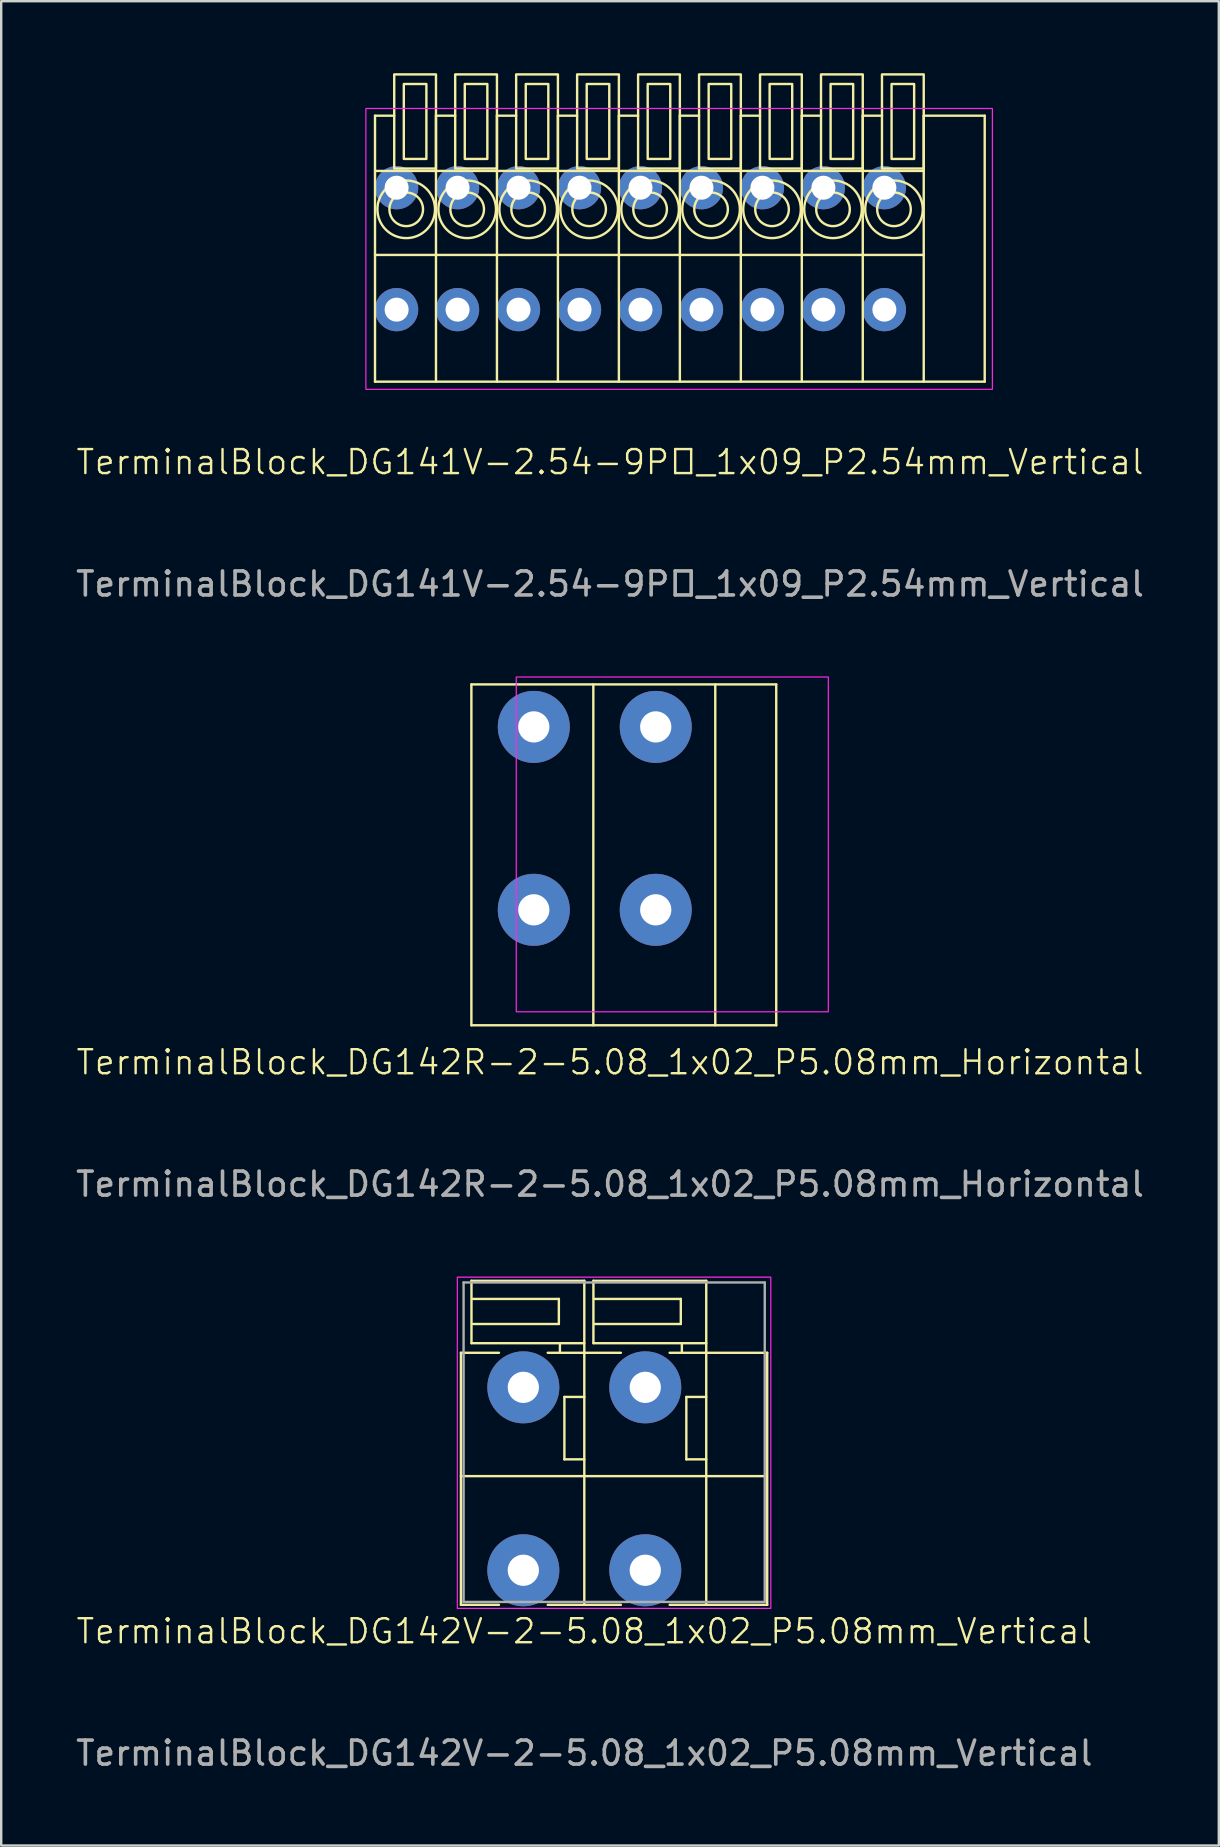
<source format=kicad_pcb>
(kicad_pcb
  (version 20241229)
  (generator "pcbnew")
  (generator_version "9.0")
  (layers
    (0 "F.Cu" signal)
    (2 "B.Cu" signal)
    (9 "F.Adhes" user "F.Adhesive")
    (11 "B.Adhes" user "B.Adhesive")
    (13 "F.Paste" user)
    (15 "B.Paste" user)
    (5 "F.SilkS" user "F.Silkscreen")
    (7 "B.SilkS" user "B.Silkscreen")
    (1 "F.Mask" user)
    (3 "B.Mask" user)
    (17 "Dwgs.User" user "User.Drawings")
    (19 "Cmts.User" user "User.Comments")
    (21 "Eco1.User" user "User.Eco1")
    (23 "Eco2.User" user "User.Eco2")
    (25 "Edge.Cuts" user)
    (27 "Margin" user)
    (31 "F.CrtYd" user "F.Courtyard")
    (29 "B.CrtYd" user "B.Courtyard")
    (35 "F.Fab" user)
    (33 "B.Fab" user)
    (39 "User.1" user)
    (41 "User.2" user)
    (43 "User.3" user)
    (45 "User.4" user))
  (footprint "TerminalBlock_DG142V-2-5.08_1x02_P5.08mm_Vertical"
    (layer "F.Cu")
    (at 18.752 62.367)
    (property "Reference" "TerminalBlock_DG142V-2-5.08_1x02_P5.08mm_Vertical" (at 2.54 2.54 0) (unlocked yes) (layer "F.SilkS") (effects (font (size 1 1) (thickness 0.1))))
    (attr through_hole)
    (fp_line (start -2.6 1.44) (end -2.6 -9.06) (stroke (width 0.1) (type default)) (layer "F.SilkS"))
    (fp_line (start -2.16 -12.06) (end 2.54 -12.06) (stroke (width 0.1) (type default)) (layer "F.SilkS"))
    (fp_line (start -2.16 -9.46) (end -2.16 -12.06) (stroke (width 0.1) (type default)) (layer "F.SilkS"))
    (fp_line (start -2.1 -10.26) (end 1.48 -10.26) (stroke (width 0.1) (type default)) (layer "F.SilkS"))
    (fp_line (start -1.016 -9.06) (end -2.6 -9.06) (stroke (width 0.1) (type default)) (layer "F.SilkS"))
    (fp_line (start -1.016 1.44) (end -2.6 1.44) (stroke (width 0.1) (type default)) (layer "F.SilkS"))
    (fp_line (start 1.48 -11.303) (end -2.1 -11.303) (stroke (width 0.1) (type default)) (layer "F.SilkS"))
    (fp_line (start 1.48 -10.26) (end 1.48 -11.303) (stroke (width 0.1) (type default)) (layer "F.SilkS"))
    (fp_line (start 1.524 -9.46) (end 1.524 -9.06) (stroke (width 0.1) (type default)) (layer "F.SilkS"))
    (fp_line (start 1.711 -7.22) (end 2.54 -7.22) (stroke (width 0.1) (type default)) (layer "F.SilkS"))
    (fp_line (start 1.711 -4.62) (end 1.711 -7.22) (stroke (width 0.1) (type default)) (layer "F.SilkS"))
    (fp_line (start 2.54 -12.06) (end 2.54 -9.06) (stroke (width 0.1) (type default)) (layer "F.SilkS"))
    (fp_line (start 2.54 -9.46) (end -2.16 -9.46) (stroke (width 0.1) (type default)) (layer "F.SilkS"))
    (fp_line (start 2.54 -4.62) (end 1.711 -4.62) (stroke (width 0.1) (type default)) (layer "F.SilkS"))
    (fp_line (start 2.54 1.44) (end 2.54 -9.06) (stroke (width 0.1) (type default)) (layer "F.SilkS"))
    (fp_line (start 2.92 -12.06) (end 7.62 -12.06) (stroke (width 0.1) (type default)) (layer "F.SilkS"))
    (fp_line (start 2.92 -9.46) (end 2.92 -12.06) (stroke (width 0.1) (type default)) (layer "F.SilkS"))
    (fp_line (start 2.98 -10.26) (end 6.56 -10.26) (stroke (width 0.1) (type default)) (layer "F.SilkS"))
    (fp_line (start 4.064 -9.06) (end 1.016 -9.06) (stroke (width 0.1) (type default)) (layer "F.SilkS"))
    (fp_line (start 4.064 1.44) (end 1.016 1.44) (stroke (width 0.1) (type default)) (layer "F.SilkS"))
    (fp_line (start 6.096 -9.06) (end 10.16 -9.06) (stroke (width 0.1) (type default)) (layer "F.SilkS"))
    (fp_line (start 6.56 -11.303) (end 2.98 -11.303) (stroke (width 0.1) (type default)) (layer "F.SilkS"))
    (fp_line (start 6.56 -10.26) (end 6.56 -11.303) (stroke (width 0.1) (type default)) (layer "F.SilkS"))
    (fp_line (start 6.604 -9.46) (end 6.604 -9.06) (stroke (width 0.1) (type default)) (layer "F.SilkS"))
    (fp_line (start 6.791 -7.22) (end 7.62 -7.22) (stroke (width 0.1) (type default)) (layer "F.SilkS"))
    (fp_line (start 6.791 -4.62) (end 6.791 -7.22) (stroke (width 0.1) (type default)) (layer "F.SilkS"))
    (fp_line (start 7.62 -12.06) (end 7.62 -9.06) (stroke (width 0.1) (type default)) (layer "F.SilkS"))
    (fp_line (start 7.62 -9.46) (end 2.92 -9.46) (stroke (width 0.1) (type default)) (layer "F.SilkS"))
    (fp_line (start 7.62 -4.62) (end 6.791 -4.62) (stroke (width 0.1) (type default)) (layer "F.SilkS"))
    (fp_line (start 7.62 1.44) (end 7.62 -9.06) (stroke (width 0.1) (type default)) (layer "F.SilkS"))
    (fp_line (start 10.1 -3.92) (end -2.6 -3.92) (stroke (width 0.1) (type default)) (layer "F.SilkS"))
    (fp_line (start 10.16 -9.06) (end 10.16 1.44) (stroke (width 0.1) (type default)) (layer "F.SilkS"))
    (fp_line (start 10.16 1.44) (end 6.096 1.44) (stroke (width 0.1) (type default)) (layer "F.SilkS"))
    (fp_rect (start 10.31 1.59) (end -2.75 -12.21) (stroke (width 0.05) (type default)) (fill no) (layer "F.CrtYd"))
    (fp_line (start -2.489 -11.989) (end 10.058 -11.989) (stroke (width 0.1) (type default)) (layer "F.Fab"))
    (fp_line (start -2.489 1.321) (end -2.489 -11.989) (stroke (width 0.1) (type default)) (layer "F.Fab"))
    (fp_line (start 10.058 -11.989) (end 10.058 1.321) (stroke (width 0.1) (type default)) (layer "F.Fab"))
    (fp_line (start 10.058 1.321) (end -2.489 1.321) (stroke (width 0.1) (type default)) (layer "F.Fab"))
    (fp_text user "${REFERENCE}" (at 2.54 7.62 0) (unlocked yes) (layer "F.Fab") (effects (font (size 1 1) (thickness 0.15))))
    (pad "1" thru_hole circle (at 0 -7.62 180) (size 3 3) (drill 1.3) (layers "*.Cu" "*.Mask"))
    (pad "1" thru_hole circle (at 0 0 180) (size 3 3) (drill 1.3) (layers "*.Cu" "*.Mask"))
    (pad "2" thru_hole circle (at 5.08 -7.62 180) (size 3 3) (drill 1.3) (layers "*.Cu" "*.Mask"))
    (pad "2" thru_hole circle (at 5.08 0 180) (size 3 3) (drill 1.3) (layers "*.Cu" "*.Mask")))
  (footprint "TerminalBlock_DG142R-2-5.08_1x02_P5.08mm_Horizontal"
    (layer "F.Cu")
    (at 19.188 34.853)
    (property "Reference" "TerminalBlock_DG142R-2-5.08_1x02_P5.08mm_Horizontal" (at 3.175 6.35 0) (unlocked yes) (layer "F.SilkS") (effects (font (size 1 1) (thickness 0.1))))
    (attr through_hole)
    (fp_line (start -2.6 -9.39) (end 10.1 -9.39) (stroke (width 0.1) (type default)) (layer "F.SilkS"))
    (fp_line (start -2.6 4.81) (end -2.6 -9.39) (stroke (width 0.1) (type default)) (layer "F.SilkS"))
    (fp_line (start 2.48 4.81) (end 2.48 -9.39) (stroke (width 0.1) (type default)) (layer "F.SilkS"))
    (fp_line (start 7.56 4.81) (end 7.56 -9.39) (stroke (width 0.1) (type default)) (layer "F.SilkS"))
    (fp_line (start 10.1 -9.39) (end 10.1 4.81) (stroke (width 0.1) (type default)) (layer "F.SilkS"))
    (fp_line (start 10.1 4.81) (end -2.6 4.81) (stroke (width 0.1) (type default)) (layer "F.SilkS"))
    (fp_rect (start 12.27 4.25) (end -0.73 -9.7) (stroke (width 0.05) (type default)) (fill no) (layer "F.CrtYd"))
    (fp_text user "${REFERENCE}" (at 3.175 11.43 0) (unlocked yes) (layer "F.Fab") (effects (font (size 1 1) (thickness 0.15))))
    (pad "1" thru_hole circle (at 0 -7.62 180) (size 3 3) (drill 1.3) (layers "*.Cu" "*.Mask"))
    (pad "1" thru_hole circle (at 0 0 180) (size 3 3) (drill 1.3) (layers "*.Cu" "*.Mask"))
    (pad "2" thru_hole circle (at 5.08 -7.62 180) (size 3 3) (drill 1.3) (layers "*.Cu" "*.Mask"))
    (pad "2" thru_hole circle (at 5.08 0 180) (size 3 3) (drill 1.3) (layers "*.Cu" "*.Mask")))
  (footprint "TerminalBlock_DG141V-2.54-9P_1x09_P2.54mm_Vertical"
    (layer "F.Cu")
    (at 13.473 9.85)
    (property "Reference" "TerminalBlock_DG141V-2.54-9P_1x09_P2.54mm_Vertical" (at 8.89 6.35 0) (unlocked yes) (layer "F.SilkS") (effects (font (size 1 1) (thickness 0.1))))
    (attr through_hole)
    (fp_line (start -0.9 3) (end -0.9 -8.08) (stroke (width 0.1) (type default)) (layer "F.SilkS"))
    (fp_line (start -0.1 -8.08) (end -0.9 -8.08) (stroke (width 0.1) (type default)) (layer "F.SilkS"))
    (fp_line (start 1.64 3) (end 1.64 -8.08) (stroke (width 0.1) (type default)) (layer "F.SilkS"))
    (fp_line (start 2.44 -8.08) (end 1.64 -8.08) (stroke (width 0.1) (type default)) (layer "F.SilkS"))
    (fp_line (start 4.18 3) (end 4.18 -8.08) (stroke (width 0.1) (type default)) (layer "F.SilkS"))
    (fp_line (start 4.98 -8.08) (end 4.18 -8.08) (stroke (width 0.1) (type default)) (layer "F.SilkS"))
    (fp_line (start 6.72 3) (end 6.72 -8.08) (stroke (width 0.1) (type default)) (layer "F.SilkS"))
    (fp_line (start 7.52 -8.08) (end 6.72 -8.08) (stroke (width 0.1) (type default)) (layer "F.SilkS"))
    (fp_line (start 9.26 3) (end 9.26 -8.08) (stroke (width 0.1) (type default)) (layer "F.SilkS"))
    (fp_line (start 10.06 -8.08) (end 9.26 -8.08) (stroke (width 0.1) (type default)) (layer "F.SilkS"))
    (fp_line (start 11.8 3) (end 11.8 -8.08) (stroke (width 0.1) (type default)) (layer "F.SilkS"))
    (fp_line (start 12.6 -8.08) (end 11.8 -8.08) (stroke (width 0.1) (type default)) (layer "F.SilkS"))
    (fp_line (start 14.34 3) (end 14.34 -8.08) (stroke (width 0.1) (type default)) (layer "F.SilkS"))
    (fp_line (start 15.14 -8.08) (end 14.34 -8.08) (stroke (width 0.1) (type default)) (layer "F.SilkS"))
    (fp_line (start 16.88 3) (end 16.88 -8.08) (stroke (width 0.1) (type default)) (layer "F.SilkS"))
    (fp_line (start 17.68 -8.08) (end 16.88 -8.08) (stroke (width 0.1) (type default)) (layer "F.SilkS"))
    (fp_line (start 19.42 3) (end 19.42 -8.08) (stroke (width 0.1) (type default)) (layer "F.SilkS"))
    (fp_line (start 20.22 -8.08) (end 19.42 -8.08) (stroke (width 0.1) (type default)) (layer "F.SilkS"))
    (fp_line (start 21.96 -5.78) (end -0.9 -5.78) (stroke (width 0.1) (type default)) (layer "F.SilkS"))
    (fp_line (start 21.96 -2.28) (end -0.9 -2.28) (stroke (width 0.1) (type default)) (layer "F.SilkS"))
    (fp_line (start 21.96 3) (end 21.96 -8.08) (stroke (width 0.1) (type default)) (layer "F.SilkS"))
    (fp_line (start 24.5 -8.08) (end 21.96 -8.08) (stroke (width 0.1) (type default)) (layer "F.SilkS"))
    (fp_line (start 24.5 -8.08) (end 24.5 3) (stroke (width 0.1) (type default)) (layer "F.SilkS"))
    (fp_line (start 24.5 3) (end -0.9 3) (stroke (width 0.1) (type default)) (layer "F.SilkS"))
    (fp_rect (start 1.24 -6.28) (end 0.3 -9.4) (stroke (width 0.1) (type default)) (fill no) (layer "F.SilkS"))
    (fp_rect (start 1.64 -5.88) (end -0.1 -9.8) (stroke (width 0.1) (type default)) (fill no) (layer "F.SilkS"))
    (fp_rect (start 3.78 -6.28) (end 2.84 -9.4) (stroke (width 0.1) (type default)) (fill no) (layer "F.SilkS"))
    (fp_rect (start 4.18 -5.88) (end 2.44 -9.8) (stroke (width 0.1) (type default)) (fill no) (layer "F.SilkS"))
    (fp_rect (start 6.32 -6.28) (end 5.38 -9.4) (stroke (width 0.1) (type default)) (fill no) (layer "F.SilkS"))
    (fp_rect (start 6.72 -5.88) (end 4.98 -9.8) (stroke (width 0.1) (type default)) (fill no) (layer "F.SilkS"))
    (fp_rect (start 8.86 -6.28) (end 7.92 -9.4) (stroke (width 0.1) (type default)) (fill no) (layer "F.SilkS"))
    (fp_rect (start 9.26 -5.88) (end 7.52 -9.8) (stroke (width 0.1) (type default)) (fill no) (layer "F.SilkS"))
    (fp_rect (start 11.4 -6.28) (end 10.46 -9.4) (stroke (width 0.1) (type default)) (fill no) (layer "F.SilkS"))
    (fp_rect (start 11.8 -5.88) (end 10.06 -9.8) (stroke (width 0.1) (type default)) (fill no) (layer "F.SilkS"))
    (fp_rect (start 13.94 -6.28) (end 13 -9.4) (stroke (width 0.1) (type default)) (fill no) (layer "F.SilkS"))
    (fp_rect (start 14.34 -5.88) (end 12.6 -9.8) (stroke (width 0.1) (type default)) (fill no) (layer "F.SilkS"))
    (fp_rect (start 16.48 -6.28) (end 15.54 -9.4) (stroke (width 0.1) (type default)) (fill no) (layer "F.SilkS"))
    (fp_rect (start 16.88 -5.88) (end 15.14 -9.8) (stroke (width 0.1) (type default)) (fill no) (layer "F.SilkS"))
    (fp_rect (start 19.02 -6.28) (end 18.08 -9.4) (stroke (width 0.1) (type default)) (fill no) (layer "F.SilkS"))
    (fp_rect (start 19.42 -5.88) (end 17.68 -9.8) (stroke (width 0.1) (type default)) (fill no) (layer "F.SilkS"))
    (fp_rect (start 21.56 -6.28) (end 20.62 -9.4) (stroke (width 0.1) (type default)) (fill no) (layer "F.SilkS"))
    (fp_rect (start 21.96 -5.88) (end 20.22 -9.8) (stroke (width 0.1) (type default)) (fill no) (layer "F.SilkS"))
    (fp_circle (center 0.4 -4.18) (end -0.8 -4.18) (stroke (width 0.1) (type default)) (fill no) (layer "F.SilkS"))
    (fp_circle (center 0.4 -4.18) (end -0.3 -4.18) (stroke (width 0.1) (type default)) (fill no) (layer "F.SilkS"))
    (fp_circle (center 2.94 -4.18) (end 1.74 -4.18) (stroke (width 0.1) (type default)) (fill no) (layer "F.SilkS"))
    (fp_circle (center 2.94 -4.18) (end 2.24 -4.18) (stroke (width 0.1) (type default)) (fill no) (layer "F.SilkS"))
    (fp_circle (center 5.48 -4.18) (end 4.28 -4.18) (stroke (width 0.1) (type default)) (fill no) (layer "F.SilkS"))
    (fp_circle (center 5.48 -4.18) (end 4.78 -4.18) (stroke (width 0.1) (type default)) (fill no) (layer "F.SilkS"))
    (fp_circle (center 8.02 -4.18) (end 6.82 -4.18) (stroke (width 0.1) (type default)) (fill no) (layer "F.SilkS"))
    (fp_circle (center 8.02 -4.18) (end 7.32 -4.18) (stroke (width 0.1) (type default)) (fill no) (layer "F.SilkS"))
    (fp_circle (center 10.56 -4.18) (end 9.36 -4.18) (stroke (width 0.1) (type default)) (fill no) (layer "F.SilkS"))
    (fp_circle (center 10.56 -4.18) (end 9.86 -4.18) (stroke (width 0.1) (type default)) (fill no) (layer "F.SilkS"))
    (fp_circle (center 13.1 -4.18) (end 11.9 -4.18) (stroke (width 0.1) (type default)) (fill no) (layer "F.SilkS"))
    (fp_circle (center 13.1 -4.18) (end 12.4 -4.18) (stroke (width 0.1) (type default)) (fill no) (layer "F.SilkS"))
    (fp_circle (center 15.64 -4.18) (end 14.44 -4.18) (stroke (width 0.1) (type default)) (fill no) (layer "F.SilkS"))
    (fp_circle (center 15.64 -4.18) (end 14.94 -4.18) (stroke (width 0.1) (type default)) (fill no) (layer "F.SilkS"))
    (fp_circle (center 18.18 -4.18) (end 16.98 -4.18) (stroke (width 0.1) (type default)) (fill no) (layer "F.SilkS"))
    (fp_circle (center 18.18 -4.18) (end 17.48 -4.18) (stroke (width 0.1) (type default)) (fill no) (layer "F.SilkS"))
    (fp_circle (center 20.72 -4.18) (end 19.52 -4.18) (stroke (width 0.1) (type default)) (fill no) (layer "F.SilkS"))
    (fp_circle (center 20.72 -4.18) (end 20.02 -4.18) (stroke (width 0.1) (type default)) (fill no) (layer "F.SilkS"))
    (fp_rect (start 24.82 3.32) (end -1.28 -8.38) (stroke (width 0.05) (type default)) (fill no) (layer "F.CrtYd"))
    (fp_text user "${REFERENCE}" (at 8.89 11.43 0) (unlocked yes) (layer "F.Fab") (effects (font (size 1 1) (thickness 0.15))))
    (pad "1" thru_hole circle (at 0 -5.08 180) (size 1.8 1.8) (drill 1) (layers "*.Cu" "*.Mask"))
    (pad "1" thru_hole circle (at 0 0 180) (size 1.8 1.8) (drill 1) (layers "*.Cu" "*.Mask"))
    (pad "2" thru_hole circle (at 2.54 -5.08 180) (size 1.8 1.8) (drill 1) (layers "*.Cu" "*.Mask"))
    (pad "2" thru_hole circle (at 2.54 0 180) (size 1.8 1.8) (drill 1) (layers "*.Cu" "*.Mask"))
    (pad "3" thru_hole circle (at 5.08 -5.08 180) (size 1.8 1.8) (drill 1) (layers "*.Cu" "*.Mask"))
    (pad "3" thru_hole circle (at 5.08 0 180) (size 1.8 1.8) (drill 1) (layers "*.Cu" "*.Mask"))
    (pad "4" thru_hole circle (at 7.62 -5.08 180) (size 1.8 1.8) (drill 1) (layers "*.Cu" "*.Mask"))
    (pad "4" thru_hole circle (at 7.62 0 180) (size 1.8 1.8) (drill 1) (layers "*.Cu" "*.Mask"))
    (pad "5" thru_hole circle (at 10.16 -5.08 180) (size 1.8 1.8) (drill 1) (layers "*.Cu" "*.Mask"))
    (pad "5" thru_hole circle (at 10.16 0 180) (size 1.8 1.8) (drill 1) (layers "*.Cu" "*.Mask"))
    (pad "6" thru_hole circle (at 12.7 -5.08 180) (size 1.8 1.8) (drill 1) (layers "*.Cu" "*.Mask"))
    (pad "6" thru_hole circle (at 12.7 0 180) (size 1.8 1.8) (drill 1) (layers "*.Cu" "*.Mask"))
    (pad "7" thru_hole circle (at 15.24 -5.08 180) (size 1.8 1.8) (drill 1) (layers "*.Cu" "*.Mask"))
    (pad "7" thru_hole circle (at 15.24 0 180) (size 1.8 1.8) (drill 1) (layers "*.Cu" "*.Mask"))
    (pad "8" thru_hole circle (at 17.78 -5.08 180) (size 1.8 1.8) (drill 1) (layers "*.Cu" "*.Mask"))
    (pad "8" thru_hole circle (at 17.78 0 180) (size 1.8 1.8) (drill 1) (layers "*.Cu" "*.Mask"))
    (pad "9" thru_hole circle (at 20.32 -5.08 180) (size 1.8 1.8) (drill 1) (layers "*.Cu" "*.Mask"))
    (pad "9" thru_hole circle (at 20.32 0 180) (size 1.8 1.8) (drill 1) (layers "*.Cu" "*.Mask")))
  (gr_rect
    (start -3 -3)
    (end 47.726 73.835)
    (stroke (width 0.1) (type default))
    (fill no)
    (layer "Edge.Cuts")))
</source>
